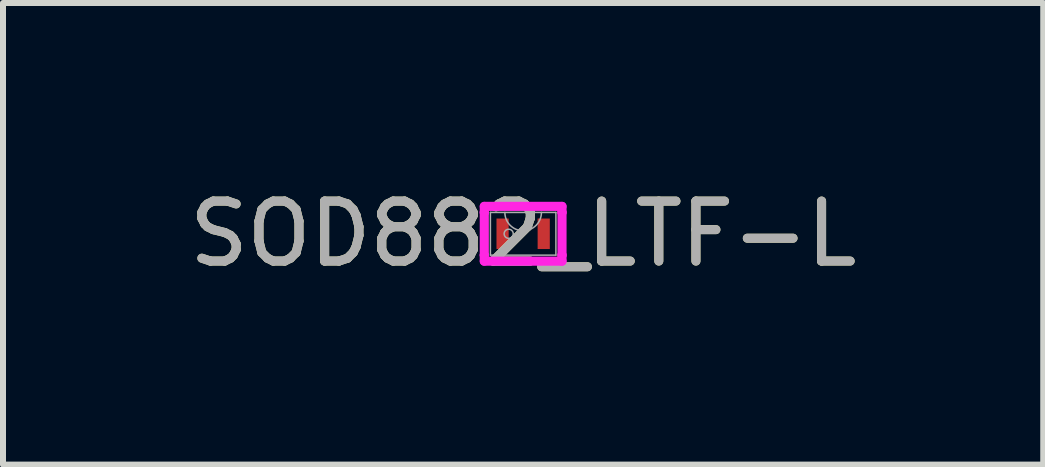
<source format=kicad_pcb>
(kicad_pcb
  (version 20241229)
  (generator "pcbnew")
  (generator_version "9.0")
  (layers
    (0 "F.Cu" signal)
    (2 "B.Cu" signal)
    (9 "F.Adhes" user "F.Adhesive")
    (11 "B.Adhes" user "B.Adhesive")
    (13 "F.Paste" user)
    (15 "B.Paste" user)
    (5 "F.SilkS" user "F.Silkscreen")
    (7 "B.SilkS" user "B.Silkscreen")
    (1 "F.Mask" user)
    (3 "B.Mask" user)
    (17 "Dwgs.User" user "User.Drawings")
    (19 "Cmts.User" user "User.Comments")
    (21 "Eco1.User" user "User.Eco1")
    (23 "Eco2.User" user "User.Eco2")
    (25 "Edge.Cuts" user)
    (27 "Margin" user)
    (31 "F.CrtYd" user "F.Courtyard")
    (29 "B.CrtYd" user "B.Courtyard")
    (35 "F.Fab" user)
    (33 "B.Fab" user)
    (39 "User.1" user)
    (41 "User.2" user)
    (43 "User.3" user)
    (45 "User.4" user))
  (footprint "SOD882_LTF-L"
    (layer "F.Cu")
    (at 5.673 0.848)
    (property "Reference" "SOD882_LTF-L" (at 0 0 0) (unlocked yes) (layer "F.SilkS") (effects (font (size 1 1) (thickness 0.15))))
    (attr smd)
    (fp_line (start -0.648 -0.457) (end 0.648 -0.457) (stroke (width 0.152) (type solid)) (layer "F.CrtYd"))
    (fp_line (start -0.648 -0.356) (end -0.648 -0.457) (stroke (width 0.152) (type solid)) (layer "F.CrtYd"))
    (fp_line (start -0.648 -0.356) (end -0.648 -0.356) (stroke (width 0.152) (type solid)) (layer "F.CrtYd"))
    (fp_line (start -0.648 0.356) (end -0.648 -0.356) (stroke (width 0.152) (type solid)) (layer "F.CrtYd"))
    (fp_line (start -0.648 0.356) (end -0.648 0.356) (stroke (width 0.152) (type solid)) (layer "F.CrtYd"))
    (fp_line (start -0.648 0.457) (end -0.648 0.356) (stroke (width 0.152) (type solid)) (layer "F.CrtYd"))
    (fp_line (start 0.648 -0.457) (end 0.648 -0.356) (stroke (width 0.152) (type solid)) (layer "F.CrtYd"))
    (fp_line (start 0.648 -0.356) (end 0.648 -0.356) (stroke (width 0.152) (type solid)) (layer "F.CrtYd"))
    (fp_line (start 0.648 -0.356) (end 0.648 0.356) (stroke (width 0.152) (type solid)) (layer "F.CrtYd"))
    (fp_line (start 0.648 0.356) (end 0.648 0.356) (stroke (width 0.152) (type solid)) (layer "F.CrtYd"))
    (fp_line (start 0.648 0.356) (end 0.648 0.457) (stroke (width 0.152) (type solid)) (layer "F.CrtYd"))
    (fp_line (start 0.648 0.457) (end -0.648 0.457) (stroke (width 0.152) (type solid)) (layer "F.CrtYd"))
    (fp_line (start -0.546 -0.356) (end -0.546 0.356) (stroke (width 0.025) (type solid)) (layer "F.Fab"))
    (fp_line (start -0.546 0.356) (end 0.546 0.356) (stroke (width 0.025) (type solid)) (layer "F.Fab"))
    (fp_line (start 0.546 -0.356) (end -0.546 -0.356) (stroke (width 0.025) (type solid)) (layer "F.Fab"))
    (fp_line (start 0.546 0.356) (end 0.546 -0.356) (stroke (width 0.025) (type solid)) (layer "F.Fab"))
    (fp_arc (start 0.3048 -0.3556) (mid 0 -0.0508) (end -0.3048 -0.3556) (stroke (width 0.0254) (type solid)) (layer "F.Fab"))
    (fp_circle (center -0.241 0) (end -0.165 0) (stroke (width 0.025) (type solid)) (fill no) (layer "F.Fab"))
    (fp_text user "${REFERENCE}" (at 0 0 0) (unlocked yes) (layer "F.Fab") (effects (font (size 1 1) (thickness 0.15))))
    (pad "1" smd rect (at -0.343 0) (size 0.203 0.508) (layers "F.Cu" "F.Mask" "F.Paste"))
    (pad "2" smd rect (at 0.343 0) (size 0.203 0.508) (layers "F.Cu" "F.Mask" "F.Paste")))
  (gr_rect
    (start -3 -3)
    (end 14.345 4.697)
    (stroke (width 0.1) (type default))
    (fill no)
    (layer "Edge.Cuts")))
</source>
